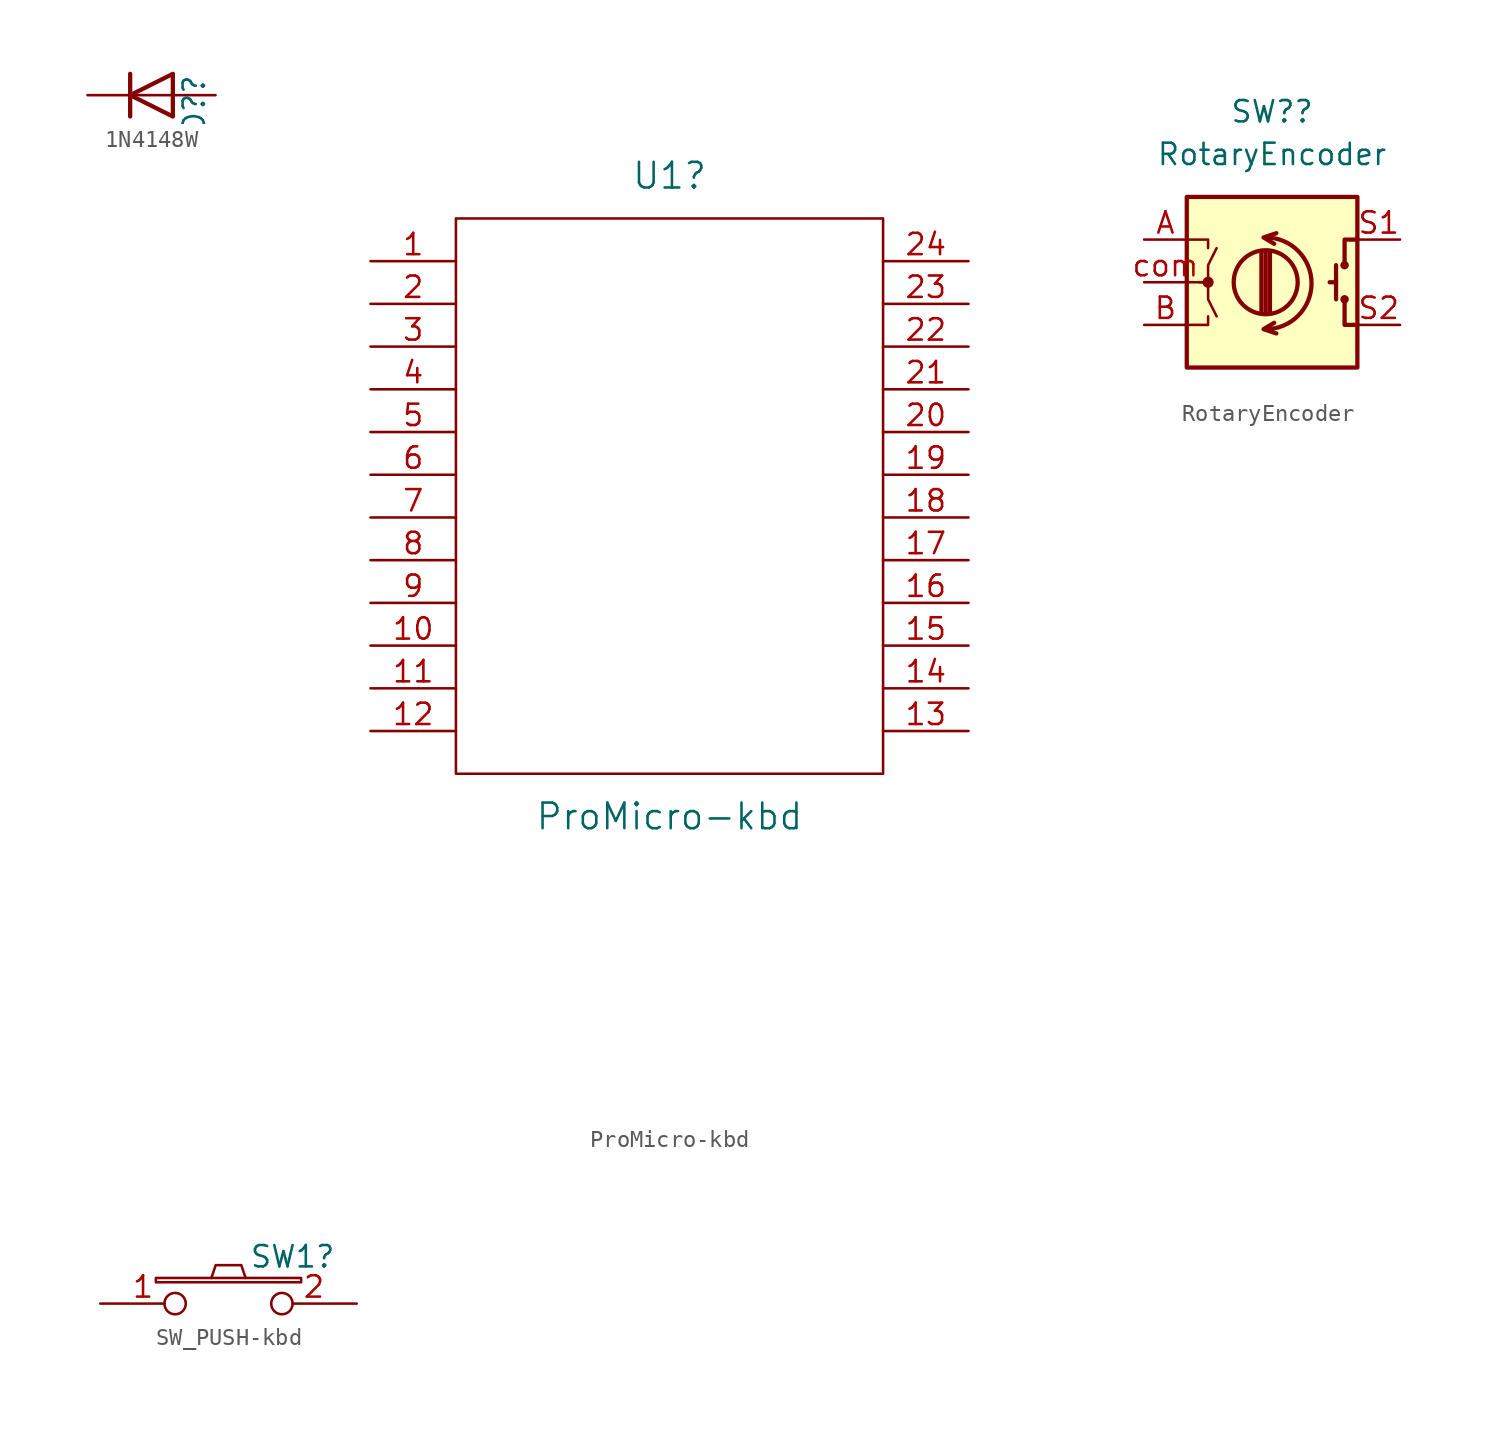
<source format=kicad_sym>
(kicad_symbol_lib
  (version 20211014)
  (generator kicad_symbol_editor)
  (symbol "1N4148W"
    (pin_numbers hide)
    (pin_names
      (offset 1.016) hide)
    (property "Reference" "D?"
      (at 2.54 1.27 90)
      (effects (font (size 1.27 1.27)) (justify right)))
    (symbol "1N4148W_0_1"
      (polyline (pts (xy -1.27 1.27) (xy -1.27 -1.27)) (stroke (width 0.254) (type default) (color 0 0 0 0)) (fill (type none)))
      (polyline (pts (xy 1.27 0) (xy -1.27 0)) (stroke (width 0) (type default) (color 0 0 0 0)) (fill (type none)))
      (polyline (pts (xy 1.27 1.27) (xy 1.27 -1.27) (xy -1.27 0) (xy 1.27 1.27)) (stroke (width 0.254) (type default) (color 0 0 0 0)) (fill (type none))))
    (symbol "1N4148W_1_1"
      (pin passive line (at -3.81 0 0) (length 2.54) (name "K" (effects (font (size 1.27 1.27)))) (number "1" (effects (font (size 1.27 1.27)))))
      (pin passive line (at 3.81 0 180) (length 2.54) (name "A" (effects (font (size 1.27 1.27)))) (number "2" (effects (font (size 1.27 1.27)))))))
  (symbol "ProMicro-kbd"
    (pin_names
      (offset 1.016) hide)
    (property "Reference" "U1"
      (at 0 24.13 0)
      (effects (font (size 1.524 1.524))))
    (property "Value" "ProMicro-kbd"
      (at 0 -13.97 0)
      (effects (font (size 1.524 1.524))))
    (property "Datasheet" ""
      (at 2.54 -26.67 0)
      (effects (font (size 1.524 1.524))))
    (symbol "ProMicro-kbd_0_1"
      (rectangle (start -12.7 21.59) (end 12.7 -11.43) (stroke (width 0) (type default) (color 0 0 0 0)) (fill (type none))))
    (symbol "ProMicro-kbd_1_1"
      (pin bidirectional line (at -17.78 19.05 0) (length 5.08) (name "TX" (effects (font (size 1.27 1.27)))) (number "1" (effects (font (size 1.27 1.27)))))
      (pin bidirectional line (at -17.78 -3.81 0) (length 5.08) (name "E6" (effects (font (size 1.27 1.27)))) (number "10" (effects (font (size 1.27 1.27)))))
      (pin bidirectional line (at -17.78 -6.35 0) (length 5.08) (name "B4" (effects (font (size 1.27 1.27)))) (number "11" (effects (font (size 1.27 1.27)))))
      (pin bidirectional line (at -17.78 -8.89 0) (length 5.08) (name "B5" (effects (font (size 1.27 1.27)))) (number "12" (effects (font (size 1.27 1.27)))))
      (pin bidirectional line (at 17.78 -8.89 180) (length 5.08) (name "B6" (effects (font (size 1.27 1.27)))) (number "13" (effects (font (size 1.27 1.27)))))
      (pin bidirectional line (at 17.78 -6.35 180) (length 5.08) (name "B2" (effects (font (size 1.27 1.27)))) (number "14" (effects (font (size 1.27 1.27)))))
      (pin bidirectional line (at 17.78 -3.81 180) (length 5.08) (name "B3" (effects (font (size 1.27 1.27)))) (number "15" (effects (font (size 1.27 1.27)))))
      (pin bidirectional line (at 17.78 -1.27 180) (length 5.08) (name "B1" (effects (font (size 1.27 1.27)))) (number "16" (effects (font (size 1.27 1.27)))))
      (pin bidirectional line (at 17.78 1.27 180) (length 5.08) (name "F7" (effects (font (size 1.27 1.27)))) (number "17" (effects (font (size 1.27 1.27)))))
      (pin bidirectional line (at 17.78 3.81 180) (length 5.08) (name "F6" (effects (font (size 1.27 1.27)))) (number "18" (effects (font (size 1.27 1.27)))))
      (pin bidirectional line (at 17.78 6.35 180) (length 5.08) (name "F5" (effects (font (size 1.27 1.27)))) (number "19" (effects (font (size 1.27 1.27)))))
      (pin bidirectional line (at -17.78 16.51 0) (length 5.08) (name "RX" (effects (font (size 1.27 1.27)))) (number "2" (effects (font (size 1.27 1.27)))))
      (pin bidirectional line (at 17.78 8.89 180) (length 5.08) (name "F4" (effects (font (size 1.27 1.27)))) (number "20" (effects (font (size 1.27 1.27)))))
      (pin power_in line (at 17.78 11.43 180) (length 5.08) (name "VCC" (effects (font (size 1.27 1.27)))) (number "21" (effects (font (size 1.27 1.27)))))
      (pin input line (at 17.78 13.97 180) (length 5.08) (name "RST" (effects (font (size 1.27 1.27)))) (number "22" (effects (font (size 1.27 1.27)))))
      (pin power_in line (at 17.78 16.51 180) (length 5.08) (name "GND" (effects (font (size 1.27 1.27)))) (number "23" (effects (font (size 1.27 1.27)))))
      (pin power_out line (at 17.78 19.05 180) (length 5.08) (name "RAW" (effects (font (size 1.27 1.27)))) (number "24" (effects (font (size 1.27 1.27)))))
      (pin power_in line (at -17.78 13.97 0) (length 5.08) (name "GND" (effects (font (size 1.27 1.27)))) (number "3" (effects (font (size 1.27 1.27)))))
      (pin power_in line (at -17.78 11.43 0) (length 5.08) (name "GND" (effects (font (size 1.27 1.27)))) (number "4" (effects (font (size 1.27 1.27)))))
      (pin bidirectional line (at -17.78 8.89 0) (length 5.08) (name "SDA" (effects (font (size 1.27 1.27)))) (number "5" (effects (font (size 1.27 1.27)))))
      (pin bidirectional line (at -17.78 6.35 0) (length 5.08) (name "SCL" (effects (font (size 1.27 1.27)))) (number "6" (effects (font (size 1.27 1.27)))))
      (pin bidirectional line (at -17.78 3.81 0) (length 5.08) (name "D4" (effects (font (size 1.27 1.27)))) (number "7" (effects (font (size 1.27 1.27)))))
      (pin bidirectional line (at -17.78 1.27 0) (length 5.08) (name "C6" (effects (font (size 1.27 1.27)))) (number "8" (effects (font (size 1.27 1.27)))))
      (pin bidirectional line (at -17.78 -1.27 0) (length 5.08) (name "D7" (effects (font (size 1.27 1.27)))) (number "9" (effects (font (size 1.27 1.27)))))))
  (symbol "RotaryEncoder"
    (pin_names
      (offset 0.254) hide)
    (property "Reference" "SW?"
      (at 0 10.16 0)
      (effects (font (size 1.27 1.27))))
    (property "Value" "RotaryEncoder"
      (at 0 7.62 0)
      (effects (font (size 1.27 1.27))))
    (symbol "RotaryEncoder_0_1"
      (rectangle (start -5.08 5.08) (end 5.08 -5.08) (stroke (width 0.254) (type default) (color 0 0 0 0)) (fill (type background)))
      (circle (center -3.81 0) (radius 0.254) (stroke (width 0) (type default) (color 0 0 0 0)) (fill (type outline)))
      (arc (start -0.381 -2.794) (mid 2.3622 -0.0508) (end -0.381 2.667) (stroke (width 0.254) (type default) (color 0 0 0 0)) (fill (type none)))
      (circle (center -0.381 0) (radius 1.905) (stroke (width 0.254) (type default) (color 0 0 0 0)) (fill (type none)))
      (polyline (pts (xy -0.635 -1.778) (xy -0.635 1.778)) (stroke (width 0.254) (type default) (color 0 0 0 0)) (fill (type none)))
      (polyline (pts (xy -0.381 -1.778) (xy -0.381 1.778)) (stroke (width 0.254) (type default) (color 0 0 0 0)) (fill (type none)))
      (polyline (pts (xy -0.127 1.778) (xy -0.127 -1.778)) (stroke (width 0.254) (type default) (color 0 0 0 0)) (fill (type none)))
      (polyline (pts (xy 3.81 0) (xy 3.429 0)) (stroke (width 0.254) (type default) (color 0 0 0 0)) (fill (type none)))
      (polyline (pts (xy 3.81 1.016) (xy 3.81 -1.016)) (stroke (width 0.254) (type default) (color 0 0 0 0)) (fill (type none)))
      (polyline (pts (xy -5.08 -2.54) (xy -3.81 -2.54) (xy -3.81 -2.032)) (stroke (width 0) (type default) (color 0 0 0 0)) (fill (type none)))
      (polyline (pts (xy -5.08 2.54) (xy -3.81 2.54) (xy -3.81 2.032)) (stroke (width 0) (type default) (color 0 0 0 0)) (fill (type none)))
      (polyline (pts (xy 0.254 -3.048) (xy -0.508 -2.794) (xy 0.127 -2.413)) (stroke (width 0.254) (type default) (color 0 0 0 0)) (fill (type none)))
      (polyline (pts (xy 0.254 2.921) (xy -0.508 2.667) (xy 0.127 2.286)) (stroke (width 0.254) (type default) (color 0 0 0 0)) (fill (type none)))
      (polyline (pts (xy 5.08 -2.54) (xy 4.318 -2.54) (xy 4.318 -1.016)) (stroke (width 0.254) (type default) (color 0 0 0 0)) (fill (type none)))
      (polyline (pts (xy 5.08 2.54) (xy 4.318 2.54) (xy 4.318 1.016)) (stroke (width 0.254) (type default) (color 0 0 0 0)) (fill (type none)))
      (polyline (pts (xy -5.08 0) (xy -3.81 0) (xy -3.81 -1.016) (xy -3.302 -2.032)) (stroke (width 0) (type default) (color 0 0 0 0)) (fill (type none)))
      (polyline (pts (xy -4.318 0) (xy -3.81 0) (xy -3.81 1.016) (xy -3.302 2.032)) (stroke (width 0) (type default) (color 0 0 0 0)) (fill (type none)))
      (circle (center 4.318 -1.016) (radius 0.127) (stroke (width 0.254) (type default) (color 0 0 0 0)) (fill (type none)))
      (circle (center 4.318 1.016) (radius 0.127) (stroke (width 0.254) (type default) (color 0 0 0 0)) (fill (type none))))
    (symbol "RotaryEncoder_1_1"
      (pin passive line (at -7.62 2.54 0) (length 2.54) (name "A" (effects (font (size 1.27 1.27)))) (number "A" (effects (font (size 1.27 1.27)))))
      (pin passive line (at -7.62 -2.54 0) (length 2.54) (name "B" (effects (font (size 1.27 1.27)))) (number "B" (effects (font (size 1.27 1.27)))))
      (pin passive line (at 7.62 2.54 180) (length 2.54) (name "S1" (effects (font (size 1.27 1.27)))) (number "S1" (effects (font (size 1.27 1.27)))))
      (pin passive line (at 7.62 -2.54 180) (length 2.54) (name "S2" (effects (font (size 1.27 1.27)))) (number "S2" (effects (font (size 1.27 1.27)))))
      (pin passive line (at -7.62 0 0) (length 2.54) (name "COM" (effects (font (size 1.27 1.27)))) (number "com" (effects (font (size 1.27 1.27)))))))
  (symbol "SW_PUSH-kbd"
    (pin_names
      (offset 1.016) hide)
    (property "Reference" "SW1"
      (at 3.81 2.794 0)
      (effects (font (size 1.27 1.27))))
    (property "Datasheet" ""
      (at 0 0 0)
      (effects (font (size 1.27 1.27))))
    (symbol "SW_PUSH-kbd_0_1"
      (rectangle (start -4.318 1.27) (end 4.318 1.524) (stroke (width 0) (type default) (color 0 0 0 0)) (fill (type none)))
      (polyline (pts (xy -1.016 1.524) (xy -0.762 2.286) (xy 0.762 2.286) (xy 1.016 1.524)) (stroke (width 0) (type default) (color 0 0 0 0)) (fill (type none)))
      (pin passive inverted (at -7.62 0 0) (length 5.08) (name "1" (effects (font (size 1.27 1.27)))) (number "1" (effects (font (size 1.27 1.27)))))
      (pin passive inverted (at 7.62 0 180) (length 5.08) (name "2" (effects (font (size 1.27 1.27)))) (number "2" (effects (font (size 1.27 1.27))))))))
</source>
